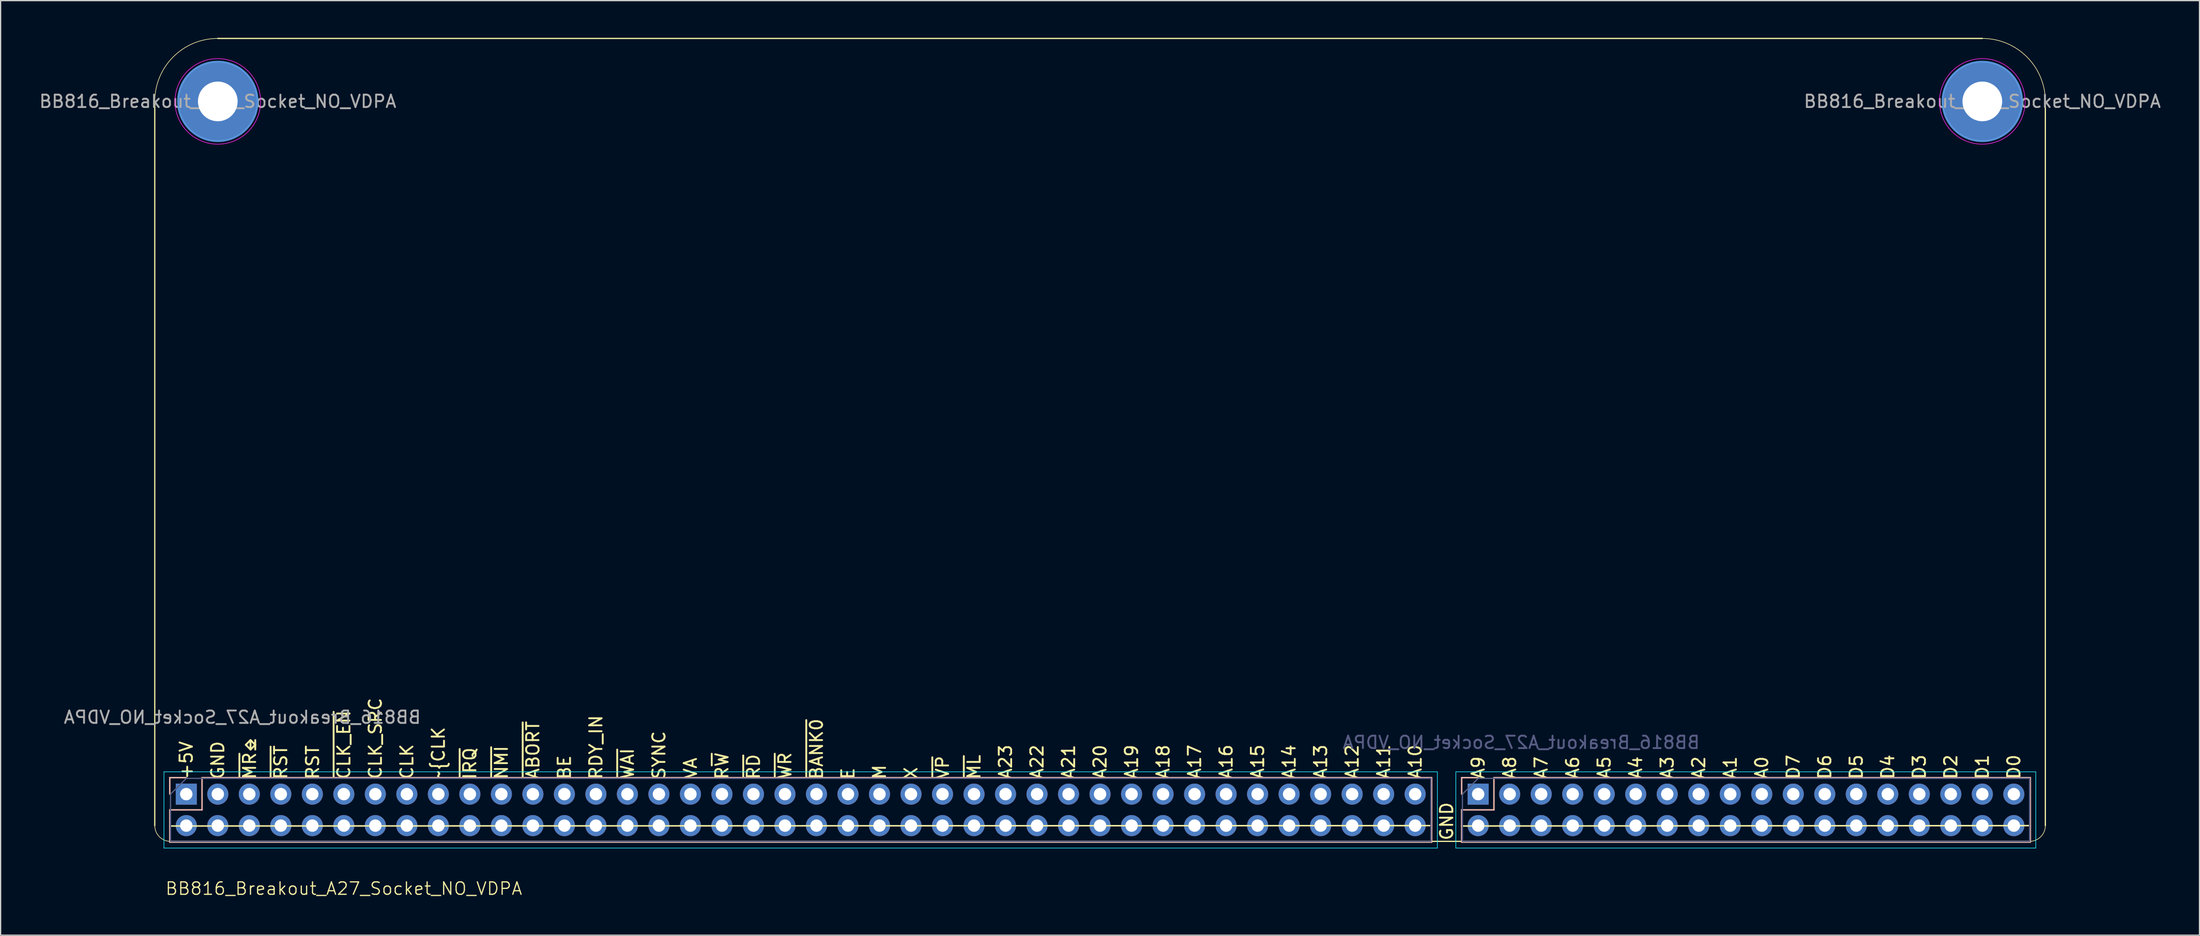
<source format=kicad_pcb>
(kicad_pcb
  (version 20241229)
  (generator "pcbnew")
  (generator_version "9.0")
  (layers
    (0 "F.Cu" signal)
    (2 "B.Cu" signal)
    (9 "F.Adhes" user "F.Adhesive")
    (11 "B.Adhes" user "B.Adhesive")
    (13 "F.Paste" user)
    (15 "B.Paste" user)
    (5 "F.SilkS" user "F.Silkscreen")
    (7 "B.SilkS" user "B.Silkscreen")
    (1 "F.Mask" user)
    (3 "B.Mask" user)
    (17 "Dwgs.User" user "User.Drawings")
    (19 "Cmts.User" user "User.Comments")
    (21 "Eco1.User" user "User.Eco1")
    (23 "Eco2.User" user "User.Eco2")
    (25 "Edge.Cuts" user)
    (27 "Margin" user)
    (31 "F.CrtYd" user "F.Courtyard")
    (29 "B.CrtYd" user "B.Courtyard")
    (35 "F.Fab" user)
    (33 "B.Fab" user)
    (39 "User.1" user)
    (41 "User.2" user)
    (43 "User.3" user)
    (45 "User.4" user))
  (footprint "BB816_Breakout_A27_Socket_NO_VDPA"
    (layer "F.Cu")
    (at 11.966 63.55)
    (property "Reference" "BB816_Breakout_A27_Socket_NO_VDPA" (at 12.7 5.08 0) (unlocked yes) (layer "F.SilkS") (effects (font (size 1 1) (thickness 0.1))))
    (attr through_hole)
    (fp_line (start -2.54 0) (end -2.54 -58.42) (stroke (width 0.1) (type solid)) (layer "F.SilkS"))
    (fp_line (start 2.54 -63.5) (end 144.78 -63.5) (stroke (width 0.1) (type solid)) (layer "F.SilkS"))
    (fp_line (start 100.33 0) (end -1.33 0.03) (stroke (width 0.12) (type solid)) (layer "F.SilkS"))
    (fp_line (start 148.59 1.27) (end -1.27 1.27) (stroke (width 0.1) (type solid)) (layer "F.SilkS"))
    (fp_line (start 148.65 0) (end 102.81 0.03) (stroke (width 0.12) (type solid)) (layer "F.SilkS"))
    (fp_line (start 149.86 -58.42) (end 149.86 0) (stroke (width 0.1) (type solid)) (layer "F.SilkS"))
    (fp_arc (start -2.54 -58.42) (mid -1.052102 -62.012102) (end 2.54 -63.5) (stroke (width 0.05) (type solid)) (layer "F.SilkS"))
    (fp_arc (start -1.27 1.27) (mid -2.168026 0.898026) (end -2.54 0) (stroke (width 0.05) (type solid)) (layer "F.SilkS"))
    (fp_arc (start 144.78 -63.5) (mid 148.372102 -62.012102) (end 149.86 -58.42) (stroke (width 0.05) (type solid)) (layer "F.SilkS"))
    (fp_arc (start 149.86 0) (mid 149.488026 0.898026) (end 148.59 1.27) (stroke (width 0.05) (type solid)) (layer "F.SilkS"))
    (fp_line (start -1.33 -3.87) (end -1.33 -2.54) (stroke (width 0.12) (type solid)) (layer "B.SilkS"))
    (fp_line (start -1.33 -1.27) (end -1.33 1.33) (stroke (width 0.12) (type solid)) (layer "B.SilkS"))
    (fp_line (start -1.33 1.33) (end 100.39 1.33) (stroke (width 0.12) (type solid)) (layer "B.SilkS"))
    (fp_line (start 0 -3.87) (end -1.33 -3.87) (stroke (width 0.12) (type solid)) (layer "B.SilkS"))
    (fp_line (start 1.27 -3.87) (end 1.27 -1.27) (stroke (width 0.12) (type solid)) (layer "B.SilkS"))
    (fp_line (start 1.27 -3.87) (end 100.39 -3.87) (stroke (width 0.12) (type solid)) (layer "B.SilkS"))
    (fp_line (start 1.27 -1.27) (end -1.33 -1.27) (stroke (width 0.12) (type solid)) (layer "B.SilkS"))
    (fp_line (start 100.39 -3.87) (end 100.39 1.33) (stroke (width 0.12) (type solid)) (layer "B.SilkS"))
    (fp_line (start 102.81 -3.87) (end 102.81 -2.54) (stroke (width 0.12) (type solid)) (layer "B.SilkS"))
    (fp_line (start 102.81 -1.27) (end 102.81 1.33) (stroke (width 0.12) (type solid)) (layer "B.SilkS"))
    (fp_line (start 102.81 1.33) (end 148.65 1.33) (stroke (width 0.12) (type solid)) (layer "B.SilkS"))
    (fp_line (start 104.14 -3.87) (end 102.81 -3.87) (stroke (width 0.12) (type solid)) (layer "B.SilkS"))
    (fp_line (start 105.41 -3.87) (end 105.41 -1.27) (stroke (width 0.12) (type solid)) (layer "B.SilkS"))
    (fp_line (start 105.41 -3.87) (end 148.65 -3.87) (stroke (width 0.12) (type solid)) (layer "B.SilkS"))
    (fp_line (start 105.41 -1.27) (end 102.81 -1.27) (stroke (width 0.12) (type solid)) (layer "B.SilkS"))
    (fp_line (start 148.65 -3.87) (end 148.65 1.33) (stroke (width 0.12) (type solid)) (layer "B.SilkS"))
    (fp_circle (center 2.54 -58.42) (end 5.74 -58.42) (stroke (width 0.15) (type solid)) (fill no) (layer "Cmts.User"))
    (fp_circle (center 144.78 -58.42) (end 147.98 -58.42) (stroke (width 0.15) (type solid)) (fill no) (layer "Cmts.User"))
    (fp_line (start -1.8 -4.34) (end 100.85 -4.34) (stroke (width 0.05) (type solid)) (layer "B.CrtYd"))
    (fp_line (start -1.8 1.81) (end -1.8 -4.34) (stroke (width 0.05) (type solid)) (layer "B.CrtYd"))
    (fp_line (start 100.85 -4.34) (end 100.85 1.81) (stroke (width 0.05) (type solid)) (layer "B.CrtYd"))
    (fp_line (start 100.85 1.81) (end -1.8 1.81) (stroke (width 0.05) (type solid)) (layer "B.CrtYd"))
    (fp_line (start 102.34 -4.34) (end 149.09 -4.34) (stroke (width 0.05) (type solid)) (layer "B.CrtYd"))
    (fp_line (start 102.34 1.81) (end 102.34 -4.34) (stroke (width 0.05) (type solid)) (layer "B.CrtYd"))
    (fp_line (start 149.09 -4.34) (end 149.09 1.81) (stroke (width 0.05) (type solid)) (layer "B.CrtYd"))
    (fp_line (start 149.09 1.81) (end 102.34 1.81) (stroke (width 0.05) (type solid)) (layer "B.CrtYd"))
    (fp_circle (center 2.54 -58.42) (end 5.99 -58.42) (stroke (width 0.05) (type solid)) (fill no) (layer "F.CrtYd"))
    (fp_circle (center 144.78 -58.42) (end 148.23 -58.42) (stroke (width 0.05) (type solid)) (fill no) (layer "F.CrtYd"))
    (fp_line (start -1.27 -2.54) (end -1.27 1.27) (stroke (width 0.1) (type solid)) (layer "B.Fab"))
    (fp_line (start -1.27 1.27) (end 100.33 1.27) (stroke (width 0.1) (type solid)) (layer "B.Fab"))
    (fp_line (start 0 -3.81) (end -1.27 -2.54) (stroke (width 0.1) (type solid)) (layer "B.Fab"))
    (fp_line (start 100.33 -3.81) (end 0 -3.81) (stroke (width 0.1) (type solid)) (layer "B.Fab"))
    (fp_line (start 100.33 1.27) (end 100.33 -3.81) (stroke (width 0.1) (type solid)) (layer "B.Fab"))
    (fp_line (start 102.87 -2.54) (end 102.87 1.27) (stroke (width 0.1) (type solid)) (layer "B.Fab"))
    (fp_line (start 102.87 1.27) (end 148.59 1.27) (stroke (width 0.1) (type solid)) (layer "B.Fab"))
    (fp_line (start 104.14 -3.81) (end 102.87 -2.54) (stroke (width 0.1) (type solid)) (layer "B.Fab"))
    (fp_line (start 148.59 -3.81) (end 104.14 -3.81) (stroke (width 0.1) (type solid)) (layer "B.Fab"))
    (fp_line (start 148.59 1.27) (end 148.59 -3.81) (stroke (width 0.1) (type solid)) (layer "B.Fab"))
    (fp_text user "~{CLK" (at 20.32 -3.658 90) (unlocked yes) (layer "F.SilkS") (effects (font (size 1 1) (thickness 0.15)) (justify left)))
    (fp_text user "~{IRQ}" (at 22.86 -3.658 90) (unlocked yes) (layer "F.SilkS") (effects (font (size 1 1) (thickness 0.15)) (justify left)))
    (fp_text user "A17" (at 81.28 -3.668 90) (unlocked yes) (layer "F.SilkS") (effects (font (size 1 1) (thickness 0.15)) (justify left)))
    (fp_text user "SYNC" (at 38.1 -3.658 90) (unlocked yes) (layer "F.SilkS") (effects (font (size 1 1) (thickness 0.15)) (justify left)))
    (fp_text user "A4" (at 116.84 -3.668 90) (unlocked yes) (layer "F.SilkS") (effects (font (size 1 1) (thickness 0.15)) (justify left)))
    (fp_text user "~{WR}" (at 48.26 -3.658 90) (unlocked yes) (layer "F.SilkS") (effects (font (size 1 1) (thickness 0.15)) (justify left)))
    (fp_text user "A6" (at 111.76 -3.668 90) (unlocked yes) (layer "F.SilkS") (effects (font (size 1 1) (thickness 0.15)) (justify left)))
    (fp_text user "R~{W}" (at 43.18 -3.658 90) (unlocked yes) (layer "F.SilkS") (effects (font (size 1 1) (thickness 0.15)) (justify left)))
    (fp_text user "GND" (at 2.54 -3.658 90) (unlocked yes) (layer "F.SilkS") (effects (font (size 1 1) (thickness 0.15)) (justify left)))
    (fp_text user "A22" (at 68.58 -3.658 90) (unlocked yes) (layer "F.SilkS") (effects (font (size 1 1) (thickness 0.15)) (justify left)))
    (fp_text user "GND" (at 101.6 1.27 90) (unlocked yes) (layer "F.SilkS") (effects (font (size 1 1) (thickness 0.15)) (justify left)))
    (fp_text user "A14" (at 88.9 -3.668 90) (unlocked yes) (layer "F.SilkS") (effects (font (size 1 1) (thickness 0.15)) (justify left)))
    (fp_text user "~{RD}" (at 45.72 -3.658 90) (unlocked yes) (layer "F.SilkS") (effects (font (size 1 1) (thickness 0.15)) (justify left)))
    (fp_text user "A19" (at 76.2 -3.658 90) (unlocked yes) (layer "F.SilkS") (effects (font (size 1 1) (thickness 0.15)) (justify left)))
    (fp_text user "A16" (at 83.82 -3.668 90) (unlocked yes) (layer "F.SilkS") (effects (font (size 1 1) (thickness 0.15)) (justify left)))
    (fp_text user "~{ML}" (at 63.5 -3.658 90) (unlocked yes) (layer "F.SilkS") (effects (font (size 1 1) (thickness 0.15)) (justify left)))
    (fp_text user "CLK" (at 17.78 -3.658 90) (unlocked yes) (layer "F.SilkS") (effects (font (size 1 1) (thickness 0.15)) (justify left)))
    (fp_text user "RDY_IN" (at 33.02 -3.658 90) (unlocked yes) (layer "F.SilkS") (effects (font (size 1 1) (thickness 0.15)) (justify left)))
    (fp_text user "A11" (at 96.52 -3.668 90) (unlocked yes) (layer "F.SilkS") (effects (font (size 1 1) (thickness 0.15)) (justify left)))
    (fp_text user "CLK_SRC" (at 15.24 -3.668 90) (unlocked yes) (layer "F.SilkS") (effects (font (size 1 1) (thickness 0.15)) (justify left)))
    (fp_text user "+5V" (at 0 -3.658 90) (unlocked yes) (layer "F.SilkS") (effects (font (size 1 1) (thickness 0.15)) (justify left)))
    (fp_text user "~{WAI}" (at 35.56 -3.658 90) (unlocked yes) (layer "F.SilkS") (effects (font (size 1 1) (thickness 0.15)) (justify left)))
    (fp_text user "D2" (at 142.24 -3.668 90) (unlocked yes) (layer "F.SilkS") (effects (font (size 1 1) (thickness 0.15)) (justify left)))
    (fp_text user "A12" (at 93.98 -3.668 90) (unlocked yes) (layer "F.SilkS") (effects (font (size 1 1) (thickness 0.15)) (justify left)))
    (fp_text user "~{CLK_EN}" (at 12.7 -3.658 90) (unlocked yes) (layer "F.SilkS") (effects (font (size 1 1) (thickness 0.15)) (justify left)))
    (fp_text user "VA" (at 40.64 -3.658 90) (unlocked yes) (layer "F.SilkS") (effects (font (size 1 1) (thickness 0.15)) (justify left)))
    (fp_text user "M" (at 55.88 -3.658 90) (unlocked yes) (layer "F.SilkS") (effects (font (size 1 1) (thickness 0.15)) (justify left)))
    (fp_text user "~{RST}" (at 7.62 -3.658 90) (unlocked yes) (layer "F.SilkS") (effects (font (size 1 1) (thickness 0.15)) (justify left)))
    (fp_text user "A0" (at 127 -3.668 90) (unlocked yes) (layer "F.SilkS") (effects (font (size 1 1) (thickness 0.15)) (justify left)))
    (fp_text user "D0" (at 147.32 -3.668 90) (unlocked yes) (layer "F.SilkS") (effects (font (size 1 1) (thickness 0.15)) (justify left)))
    (fp_text user "D6" (at 132.08 -3.668 90) (unlocked yes) (layer "F.SilkS") (effects (font (size 1 1) (thickness 0.15)) (justify left)))
    (fp_text user "RST" (at 10.185 -3.658 90) (unlocked yes) (layer "F.SilkS") (effects (font (size 1 1) (thickness 0.15)) (justify left)))
    (fp_text user "A15" (at 86.36 -3.668 90) (unlocked yes) (layer "F.SilkS") (effects (font (size 1 1) (thickness 0.15)) (justify left)))
    (fp_text user "~{BANK0}" (at 50.8 -3.658 90) (unlocked yes) (layer "F.SilkS") (effects (font (size 1 1) (thickness 0.15)) (justify left)))
    (fp_text user "~{NMI}" (at 25.4 -3.658 90) (unlocked yes) (layer "F.SilkS") (effects (font (size 1 1) (thickness 0.15)) (justify left)))
    (fp_text user "~{VP}" (at 60.96 -3.658 90) (unlocked yes) (layer "F.SilkS") (effects (font (size 1 1) (thickness 0.15)) (justify left)))
    (fp_text user "~{ABORT}" (at 27.94 -3.658 90) (unlocked yes) (layer "F.SilkS") (effects (font (size 1 1) (thickness 0.15)) (justify left)))
    (fp_text user "A2" (at 121.92 -3.668 90) (unlocked yes) (layer "F.SilkS") (effects (font (size 1 1) (thickness 0.15)) (justify left)))
    (fp_text user "D4" (at 137.16 -3.668 90) (unlocked yes) (layer "F.SilkS") (effects (font (size 1 1) (thickness 0.15)) (justify left)))
    (fp_text user "A5" (at 114.3 -3.668 90) (unlocked yes) (layer "F.SilkS") (effects (font (size 1 1) (thickness 0.15)) (justify left)))
    (fp_text user "D7" (at 129.54 -3.668 90) (unlocked yes) (layer "F.SilkS") (effects (font (size 1 1) (thickness 0.15)) (justify left)))
    (fp_text user "A8" (at 106.68 -3.668 90) (unlocked yes) (layer "F.SilkS") (effects (font (size 1 1) (thickness 0.15)) (justify left)))
    (fp_text user "A9" (at 104.14 -3.668 90) (unlocked yes) (layer "F.SilkS") (effects (font (size 1 1) (thickness 0.15)) (justify left)))
    (fp_text user "A23" (at 66.04 -3.658 90) (unlocked yes) (layer "F.SilkS") (effects (font (size 1 1) (thickness 0.15)) (justify left)))
    (fp_text user "D5" (at 134.62 -3.668 90) (unlocked yes) (layer "F.SilkS") (effects (font (size 1 1) (thickness 0.15)) (justify left)))
    (fp_text user "~{MR}⎒" (at 5.105 -3.658 90) (unlocked yes) (layer "F.SilkS") (effects (font (size 1 1) (thickness 0.15)) (justify left)))
    (fp_text user "BE" (at 30.48 -3.658 90) (unlocked yes) (layer "F.SilkS") (effects (font (size 1 1) (thickness 0.15)) (justify left)))
    (fp_text user "D1\n" (at 144.78 -3.668 90) (unlocked yes) (layer "F.SilkS") (effects (font (size 1 1) (thickness 0.15)) (justify left)))
    (fp_text user "A18" (at 78.74 -3.658 90) (unlocked yes) (layer "F.SilkS") (effects (font (size 1 1) (thickness 0.15)) (justify left)))
    (fp_text user "A20" (at 73.66 -3.658 90) (unlocked yes) (layer "F.SilkS") (effects (font (size 1 1) (thickness 0.15)) (justify left)))
    (fp_text user "A1" (at 124.46 -3.668 90) (unlocked yes) (layer "F.SilkS") (effects (font (size 1 1) (thickness 0.15)) (justify left)))
    (fp_text user "A10" (at 99.06 -3.668 90) (unlocked yes) (layer "F.SilkS") (effects (font (size 1 1) (thickness 0.15)) (justify left)))
    (fp_text user "X" (at 58.42 -3.658 90) (unlocked yes) (layer "F.SilkS") (effects (font (size 1 1) (thickness 0.15)) (justify left)))
    (fp_text user "D3" (at 139.7 -3.668 90) (unlocked yes) (layer "F.SilkS") (effects (font (size 1 1) (thickness 0.15)) (justify left)))
    (fp_text user "A21" (at 71.12 -3.658 90) (unlocked yes) (layer "F.SilkS") (effects (font (size 1 1) (thickness 0.15)) (justify left)))
    (fp_text user "A3" (at 119.38 -3.668 90) (unlocked yes) (layer "F.SilkS") (effects (font (size 1 1) (thickness 0.15)) (justify left)))
    (fp_text user "A7" (at 109.22 -3.668 90) (unlocked yes) (layer "F.SilkS") (effects (font (size 1 1) (thickness 0.15)) (justify left)))
    (fp_text user "A13" (at 91.44 -3.668 90) (unlocked yes) (layer "F.SilkS") (effects (font (size 1 1) (thickness 0.15)) (justify left)))
    (fp_text user "E" (at 53.34 -3.658 90) (unlocked yes) (layer "F.SilkS") (effects (font (size 1 1) (thickness 0.15)) (justify left)))
    (fp_text user "${REFERENCE}" (at 107.61 -6.71 0) (layer "B.Fab") (effects (font (size 1 1) (thickness 0.15)) (justify mirror)))
    (fp_text user "${REFERENCE}" (at 144.78 -58.42 0) (layer "F.Fab") (effects (font (size 1 1) (thickness 0.15))))
    (fp_text user "${REFERENCE}" (at 2.54 -58.42 0) (layer "F.Fab") (effects (font (size 1 1) (thickness 0.15))))
    (fp_text user "${REFERENCE}" (at 4.52 -8.74 0) (unlocked yes) (layer "F.Fab") (effects (font (size 1 1) (thickness 0.15)) (justify mirror)))
    (pad "a1" thru_hole oval (at 0 0 270) (size 1.7 1.7) (drill 1) (layers "*.Cu" "*.Mask"))
    (pad "a2" thru_hole oval (at 2.54 0 270) (size 1.7 1.7) (drill 1) (layers "*.Cu" "*.Mask"))
    (pad "a3" thru_hole oval (at 5.08 0 270) (size 1.7 1.7) (drill 1) (layers "*.Cu" "*.Mask"))
    (pad "a4" thru_hole oval (at 7.62 0 270) (size 1.7 1.7) (drill 1) (layers "*.Cu" "*.Mask"))
    (pad "a5" thru_hole oval (at 10.16 0 270) (size 1.7 1.7) (drill 1) (layers "*.Cu" "*.Mask"))
    (pad "a6" thru_hole oval (at 12.7 0 270) (size 1.7 1.7) (drill 1) (layers "*.Cu" "*.Mask"))
    (pad "a7" thru_hole oval (at 15.24 0 270) (size 1.7 1.7) (drill 1) (layers "*.Cu" "*.Mask"))
    (pad "a8" thru_hole oval (at 17.78 0 270) (size 1.7 1.7) (drill 1) (layers "*.Cu" "*.Mask"))
    (pad "a9" thru_hole oval (at 20.32 0 270) (size 1.7 1.7) (drill 1) (layers "*.Cu" "*.Mask"))
    (pad "a10" thru_hole oval (at 22.86 0 270) (size 1.7 1.7) (drill 1) (layers "*.Cu" "*.Mask"))
    (pad "a11" thru_hole oval (at 25.4 0 270) (size 1.7 1.7) (drill 1) (layers "*.Cu" "*.Mask"))
    (pad "a12" thru_hole oval (at 27.94 0 270) (size 1.7 1.7) (drill 1) (layers "*.Cu" "*.Mask"))
    (pad "a13" thru_hole oval (at 30.48 0 270) (size 1.7 1.7) (drill 1) (layers "*.Cu" "*.Mask"))
    (pad "a14" thru_hole oval (at 33.02 0 270) (size 1.7 1.7) (drill 1) (layers "*.Cu" "*.Mask"))
    (pad "a15" thru_hole oval (at 35.56 0 270) (size 1.7 1.7) (drill 1) (layers "*.Cu" "*.Mask"))
    (pad "a16" thru_hole oval (at 38.1 0 270) (size 1.7 1.7) (drill 1) (layers "*.Cu" "*.Mask"))
    (pad "a17" thru_hole oval (at 40.64 0 270) (size 1.7 1.7) (drill 1) (layers "*.Cu" "*.Mask"))
    (pad "a18" thru_hole oval (at 43.18 0 270) (size 1.7 1.7) (drill 1) (layers "*.Cu" "*.Mask"))
    (pad "a19" thru_hole oval (at 45.72 0 270) (size 1.7 1.7) (drill 1) (layers "*.Cu" "*.Mask"))
    (pad "a20" thru_hole oval (at 48.26 0 270) (size 1.7 1.7) (drill 1) (layers "*.Cu" "*.Mask"))
    (pad "a21" thru_hole oval (at 50.8 0 270) (size 1.7 1.7) (drill 1) (layers "*.Cu" "*.Mask"))
    (pad "a22" thru_hole oval (at 53.34 0 270) (size 1.7 1.7) (drill 1) (layers "*.Cu" "*.Mask"))
    (pad "a23" thru_hole oval (at 55.88 0 270) (size 1.7 1.7) (drill 1) (layers "*.Cu" "*.Mask"))
    (pad "a24" thru_hole oval (at 58.42 0 270) (size 1.7 1.7) (drill 1) (layers "*.Cu" "*.Mask"))
    (pad "a25" thru_hole oval (at 60.96 0 270) (size 1.7 1.7) (drill 1) (layers "*.Cu" "*.Mask"))
    (pad "a26" thru_hole oval (at 63.5 0 270) (size 1.7 1.7) (drill 1) (layers "*.Cu" "*.Mask"))
    (pad "a27" thru_hole oval (at 66.04 0 270) (size 1.7 1.7) (drill 1) (layers "*.Cu" "*.Mask"))
    (pad "a28" thru_hole oval (at 68.58 0 270) (size 1.7 1.7) (drill 1) (layers "*.Cu" "*.Mask"))
    (pad "a29" thru_hole oval (at 71.12 0 270) (size 1.7 1.7) (drill 1) (layers "*.Cu" "*.Mask"))
    (pad "a30" thru_hole oval (at 73.66 0 270) (size 1.7 1.7) (drill 1) (layers "*.Cu" "*.Mask"))
    (pad "a31" thru_hole oval (at 76.2 0 270) (size 1.7 1.7) (drill 1) (layers "*.Cu" "*.Mask"))
    (pad "a32" thru_hole oval (at 78.74 0 270) (size 1.7 1.7) (drill 1) (layers "*.Cu" "*.Mask"))
    (pad "a33" thru_hole oval (at 81.28 0 270) (size 1.7 1.7) (drill 1) (layers "*.Cu" "*.Mask"))
    (pad "a34" thru_hole oval (at 83.82 0 270) (size 1.7 1.7) (drill 1) (layers "*.Cu" "*.Mask"))
    (pad "a35" thru_hole oval (at 86.36 0 270) (size 1.7 1.7) (drill 1) (layers "*.Cu" "*.Mask"))
    (pad "a36" thru_hole oval (at 88.9 0 270) (size 1.7 1.7) (drill 1) (layers "*.Cu" "*.Mask"))
    (pad "a37" thru_hole oval (at 91.44 0 270) (size 1.7 1.7) (drill 1) (layers "*.Cu" "*.Mask"))
    (pad "a38" thru_hole oval (at 93.98 0 270) (size 1.7 1.7) (drill 1) (layers "*.Cu" "*.Mask"))
    (pad "a39" thru_hole oval (at 96.52 0 270) (size 1.7 1.7) (drill 1) (layers "*.Cu" "*.Mask"))
    (pad "a40" thru_hole oval (at 99.06 0 270) (size 1.7 1.7) (drill 1) (layers "*.Cu" "*.Mask"))
    (pad "a41" thru_hole oval (at 104.14 0 270) (size 1.7 1.7) (drill 1) (layers "*.Cu" "*.Mask"))
    (pad "a42" thru_hole oval (at 106.68 0 270) (size 1.7 1.7) (drill 1) (layers "*.Cu" "*.Mask"))
    (pad "a43" thru_hole oval (at 109.22 0 270) (size 1.7 1.7) (drill 1) (layers "*.Cu" "*.Mask"))
    (pad "a44" thru_hole oval (at 111.76 0 270) (size 1.7 1.7) (drill 1) (layers "*.Cu" "*.Mask"))
    (pad "a45" thru_hole oval (at 114.3 0 270) (size 1.7 1.7) (drill 1) (layers "*.Cu" "*.Mask"))
    (pad "a46" thru_hole oval (at 116.84 0 270) (size 1.7 1.7) (drill 1) (layers "*.Cu" "*.Mask"))
    (pad "a47" thru_hole oval (at 119.38 0 270) (size 1.7 1.7) (drill 1) (layers "*.Cu" "*.Mask"))
    (pad "a48" thru_hole oval (at 121.92 0 270) (size 1.7 1.7) (drill 1) (layers "*.Cu" "*.Mask"))
    (pad "a49" thru_hole oval (at 124.46 0 270) (size 1.7 1.7) (drill 1) (layers "*.Cu" "*.Mask"))
    (pad "a50" thru_hole oval (at 127 0 270) (size 1.7 1.7) (drill 1) (layers "*.Cu" "*.Mask"))
    (pad "a51" thru_hole oval (at 129.54 0 270) (size 1.7 1.7) (drill 1) (layers "*.Cu" "*.Mask"))
    (pad "a52" thru_hole oval (at 132.08 0 270) (size 1.7 1.7) (drill 1) (layers "*.Cu" "*.Mask"))
    (pad "a53" thru_hole oval (at 134.62 0 270) (size 1.7 1.7) (drill 1) (layers "*.Cu" "*.Mask"))
    (pad "a54" thru_hole oval (at 137.16 0 270) (size 1.7 1.7) (drill 1) (layers "*.Cu" "*.Mask"))
    (pad "a55" thru_hole oval (at 139.7 0 270) (size 1.7 1.7) (drill 1) (layers "*.Cu" "*.Mask"))
    (pad "a56" thru_hole oval (at 142.24 0 270) (size 1.7 1.7) (drill 1) (layers "*.Cu" "*.Mask"))
    (pad "a57" thru_hole oval (at 144.78 0 270) (size 1.7 1.7) (drill 1) (layers "*.Cu" "*.Mask"))
    (pad "a58" thru_hole oval (at 147.32 0 270) (size 1.7 1.7) (drill 1) (layers "*.Cu" "*.Mask"))
    (pad "b1" thru_hole rect (at 0 -2.54 270) (size 1.7 1.7) (drill 1) (layers "*.Cu" "*.Mask"))
    (pad "b2" thru_hole oval (at 2.54 -2.54 270) (size 1.7 1.7) (drill 1) (layers "*.Cu" "*.Mask"))
    (pad "b3" thru_hole oval (at 5.08 -2.54 270) (size 1.7 1.7) (drill 1) (layers "*.Cu" "*.Mask"))
    (pad "b4" thru_hole oval (at 7.62 -2.54 270) (size 1.7 1.7) (drill 1) (layers "*.Cu" "*.Mask"))
    (pad "b5" thru_hole oval (at 10.16 -2.54 270) (size 1.7 1.7) (drill 1) (layers "*.Cu" "*.Mask"))
    (pad "b6" thru_hole oval (at 12.7 -2.54 270) (size 1.7 1.7) (drill 1) (layers "*.Cu" "*.Mask"))
    (pad "b7" thru_hole oval (at 15.24 -2.54 270) (size 1.7 1.7) (drill 1) (layers "*.Cu" "*.Mask"))
    (pad "b8" thru_hole oval (at 17.78 -2.54 270) (size 1.7 1.7) (drill 1) (layers "*.Cu" "*.Mask"))
    (pad "b9" thru_hole oval (at 20.32 -2.54 270) (size 1.7 1.7) (drill 1) (layers "*.Cu" "*.Mask"))
    (pad "b10" thru_hole oval (at 22.86 -2.54 270) (size 1.7 1.7) (drill 1) (layers "*.Cu" "*.Mask"))
    (pad "b11" thru_hole oval (at 25.4 -2.54 270) (size 1.7 1.7) (drill 1) (layers "*.Cu" "*.Mask"))
    (pad "b12" thru_hole oval (at 27.94 -2.54 270) (size 1.7 1.7) (drill 1) (layers "*.Cu" "*.Mask"))
    (pad "b13" thru_hole oval (at 30.48 -2.54 270) (size 1.7 1.7) (drill 1) (layers "*.Cu" "*.Mask"))
    (pad "b14" thru_hole oval (at 33.02 -2.54 270) (size 1.7 1.7) (drill 1) (layers "*.Cu" "*.Mask"))
    (pad "b15" thru_hole oval (at 35.56 -2.54 270) (size 1.7 1.7) (drill 1) (layers "*.Cu" "*.Mask"))
    (pad "b16" thru_hole oval (at 38.1 -2.54 270) (size 1.7 1.7) (drill 1) (layers "*.Cu" "*.Mask"))
    (pad "b17" thru_hole oval (at 40.64 -2.54 270) (size 1.7 1.7) (drill 1) (layers "*.Cu" "*.Mask"))
    (pad "b18" thru_hole oval (at 43.18 -2.54 270) (size 1.7 1.7) (drill 1) (layers "*.Cu" "*.Mask"))
    (pad "b19" thru_hole oval (at 45.72 -2.54 270) (size 1.7 1.7) (drill 1) (layers "*.Cu" "*.Mask"))
    (pad "b20" thru_hole oval (at 48.26 -2.54 270) (size 1.7 1.7) (drill 1) (layers "*.Cu" "*.Mask"))
    (pad "b21" thru_hole oval (at 50.8 -2.54 270) (size 1.7 1.7) (drill 1) (layers "*.Cu" "*.Mask"))
    (pad "b22" thru_hole oval (at 53.34 -2.54 270) (size 1.7 1.7) (drill 1) (layers "*.Cu" "*.Mask"))
    (pad "b23" thru_hole oval (at 55.88 -2.54 270) (size 1.7 1.7) (drill 1) (layers "*.Cu" "*.Mask"))
    (pad "b24" thru_hole oval (at 58.42 -2.54 270) (size 1.7 1.7) (drill 1) (layers "*.Cu" "*.Mask"))
    (pad "b25" thru_hole oval (at 60.96 -2.54 270) (size 1.7 1.7) (drill 1) (layers "*.Cu" "*.Mask"))
    (pad "b26" thru_hole oval (at 63.5 -2.54 270) (size 1.7 1.7) (drill 1) (layers "*.Cu" "*.Mask"))
    (pad "b27" thru_hole oval (at 66.04 -2.54 270) (size 1.7 1.7) (drill 1) (layers "*.Cu" "*.Mask"))
    (pad "b28" thru_hole oval (at 68.58 -2.54 270) (size 1.7 1.7) (drill 1) (layers "*.Cu" "*.Mask"))
    (pad "b29" thru_hole oval (at 71.12 -2.54 270) (size 1.7 1.7) (drill 1) (layers "*.Cu" "*.Mask"))
    (pad "b30" thru_hole oval (at 73.66 -2.54 270) (size 1.7 1.7) (drill 1) (layers "*.Cu" "*.Mask"))
    (pad "b31" thru_hole oval (at 76.2 -2.54 270) (size 1.7 1.7) (drill 1) (layers "*.Cu" "*.Mask"))
    (pad "b32" thru_hole oval (at 78.74 -2.54 270) (size 1.7 1.7) (drill 1) (layers "*.Cu" "*.Mask"))
    (pad "b33" thru_hole oval (at 81.28 -2.54 270) (size 1.7 1.7) (drill 1) (layers "*.Cu" "*.Mask"))
    (pad "b34" thru_hole oval (at 83.82 -2.54 270) (size 1.7 1.7) (drill 1) (layers "*.Cu" "*.Mask"))
    (pad "b35" thru_hole oval (at 86.36 -2.54 270) (size 1.7 1.7) (drill 1) (layers "*.Cu" "*.Mask"))
    (pad "b36" thru_hole oval (at 88.9 -2.54 270) (size 1.7 1.7) (drill 1) (layers "*.Cu" "*.Mask"))
    (pad "b37" thru_hole oval (at 91.44 -2.54 270) (size 1.7 1.7) (drill 1) (layers "*.Cu" "*.Mask"))
    (pad "b38" thru_hole oval (at 93.98 -2.54 270) (size 1.7 1.7) (drill 1) (layers "*.Cu" "*.Mask"))
    (pad "b39" thru_hole oval (at 96.52 -2.54 270) (size 1.7 1.7) (drill 1) (layers "*.Cu" "*.Mask"))
    (pad "b40" thru_hole oval (at 99.06 -2.54 270) (size 1.7 1.7) (drill 1) (layers "*.Cu" "*.Mask"))
    (pad "b41" thru_hole rect (at 104.14 -2.54 270) (size 1.7 1.7) (drill 1) (layers "*.Cu" "*.Mask"))
    (pad "b42" thru_hole oval (at 106.68 -2.54 270) (size 1.7 1.7) (drill 1) (layers "*.Cu" "*.Mask"))
    (pad "b43" thru_hole oval (at 109.22 -2.54 270) (size 1.7 1.7) (drill 1) (layers "*.Cu" "*.Mask"))
    (pad "b44" thru_hole oval (at 111.76 -2.54 270) (size 1.7 1.7) (drill 1) (layers "*.Cu" "*.Mask"))
    (pad "b45" thru_hole oval (at 114.3 -2.54 270) (size 1.7 1.7) (drill 1) (layers "*.Cu" "*.Mask"))
    (pad "b46" thru_hole oval (at 116.84 -2.54 270) (size 1.7 1.7) (drill 1) (layers "*.Cu" "*.Mask"))
    (pad "b47" thru_hole oval (at 119.38 -2.54 270) (size 1.7 1.7) (drill 1) (layers "*.Cu" "*.Mask"))
    (pad "b48" thru_hole oval (at 121.92 -2.54 270) (size 1.7 1.7) (drill 1) (layers "*.Cu" "*.Mask"))
    (pad "b49" thru_hole oval (at 124.46 -2.54 270) (size 1.7 1.7) (drill 1) (layers "*.Cu" "*.Mask"))
    (pad "b50" thru_hole oval (at 127 -2.54 270) (size 1.7 1.7) (drill 1) (layers "*.Cu" "*.Mask"))
    (pad "b51" thru_hole oval (at 129.54 -2.54 270) (size 1.7 1.7) (drill 1) (layers "*.Cu" "*.Mask"))
    (pad "b52" thru_hole oval (at 132.08 -2.54 270) (size 1.7 1.7) (drill 1) (layers "*.Cu" "*.Mask"))
    (pad "b53" thru_hole oval (at 134.62 -2.54 270) (size 1.7 1.7) (drill 1) (layers "*.Cu" "*.Mask"))
    (pad "b54" thru_hole oval (at 137.16 -2.54 270) (size 1.7 1.7) (drill 1) (layers "*.Cu" "*.Mask"))
    (pad "b55" thru_hole oval (at 139.7 -2.54 270) (size 1.7 1.7) (drill 1) (layers "*.Cu" "*.Mask"))
    (pad "b56" thru_hole oval (at 142.24 -2.54 270) (size 1.7 1.7) (drill 1) (layers "*.Cu" "*.Mask"))
    (pad "b57" thru_hole oval (at 144.78 -2.54 270) (size 1.7 1.7) (drill 1) (layers "*.Cu" "*.Mask"))
    (pad "b58" thru_hole oval (at 147.32 -2.54 270) (size 1.7 1.7) (drill 1) (layers "*.Cu" "*.Mask"))
    (pad "mh1" thru_hole circle (at 2.54 -58.42) (size 6.4 6.4) (drill 3.2) (layers "*.Cu" "*.Mask"))
    (pad "mh2" thru_hole circle (at 144.78 -58.42) (size 6.4 6.4) (drill 3.2) (layers "*.Cu" "*.Mask")))
  (gr_rect
    (start -3 -3)
    (end 174.252 72.391)
    (stroke (width 0.1) (type default))
    (fill no)
    (layer "Edge.Cuts")))
</source>
